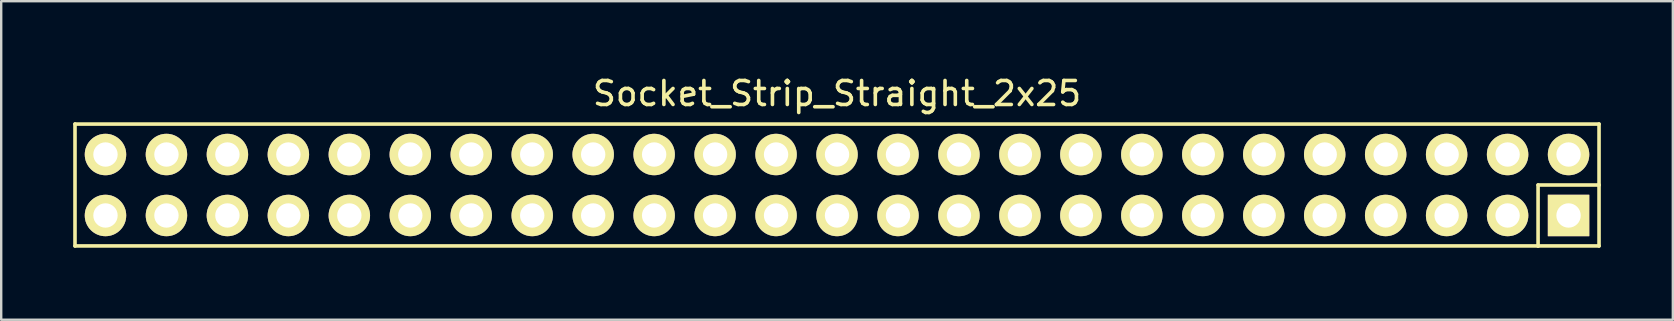
<source format=kicad_pcb>
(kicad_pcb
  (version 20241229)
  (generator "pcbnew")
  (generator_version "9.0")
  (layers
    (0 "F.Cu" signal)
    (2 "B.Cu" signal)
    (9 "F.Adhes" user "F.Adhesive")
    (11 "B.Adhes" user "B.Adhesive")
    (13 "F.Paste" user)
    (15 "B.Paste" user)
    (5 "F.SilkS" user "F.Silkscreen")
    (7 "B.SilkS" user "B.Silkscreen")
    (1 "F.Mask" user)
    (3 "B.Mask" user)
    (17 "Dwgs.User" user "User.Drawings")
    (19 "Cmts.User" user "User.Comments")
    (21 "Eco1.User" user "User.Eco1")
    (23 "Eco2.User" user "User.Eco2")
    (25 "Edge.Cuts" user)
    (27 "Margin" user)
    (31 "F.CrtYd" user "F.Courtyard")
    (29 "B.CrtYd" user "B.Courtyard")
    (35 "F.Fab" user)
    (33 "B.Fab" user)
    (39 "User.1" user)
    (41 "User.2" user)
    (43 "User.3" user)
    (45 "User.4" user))
  (footprint "Socket_Strip_Straight_2x25"
    (layer "F.Cu")
    (at 31.825 4.658)
    (property "Reference" "Socket_Strip_Straight_2x25" (at 0 -3.81 0) (layer "F.SilkS") (effects (font (size 1 1) (thickness 0.15))))
    (attr through_hole)
    (fp_line (start -31.75 -2.54) (end -31.75 2.54) (stroke (width 0.15) (type solid)) (layer "F.SilkS"))
    (fp_line (start -31.75 -2.54) (end 31.75 -2.54) (stroke (width 0.15) (type solid)) (layer "F.SilkS"))
    (fp_line (start 29.21 0) (end 29.21 2.54) (stroke (width 0.15) (type solid)) (layer "F.SilkS"))
    (fp_line (start 29.21 2.54) (end -31.75 2.54) (stroke (width 0.15) (type solid)) (layer "F.SilkS"))
    (fp_line (start 31.75 -2.54) (end 31.75 0) (stroke (width 0.15) (type solid)) (layer "F.SilkS"))
    (fp_line (start 31.75 0) (end 29.21 0) (stroke (width 0.15) (type solid)) (layer "F.SilkS"))
    (fp_line (start 31.75 2.54) (end 29.21 2.54) (stroke (width 0.15) (type solid)) (layer "F.SilkS"))
    (fp_line (start 31.75 2.54) (end 31.75 0) (stroke (width 0.15) (type solid)) (layer "F.SilkS"))
    (pad "1" thru_hole rect (at 30.48 1.27 180) (size 1.727 1.727) (drill 1.016) (layers "*.Cu" "*.Mask" "F.SilkS"))
    (pad "2" thru_hole oval (at 30.48 -1.27 180) (size 1.727 1.727) (drill 1.016) (layers "*.Cu" "*.Mask" "F.SilkS"))
    (pad "3" thru_hole oval (at 27.94 1.27 180) (size 1.727 1.727) (drill 1.016) (layers "*.Cu" "*.Mask" "F.SilkS"))
    (pad "4" thru_hole oval (at 27.94 -1.27 180) (size 1.727 1.727) (drill 1.016) (layers "*.Cu" "*.Mask" "F.SilkS"))
    (pad "5" thru_hole oval (at 25.4 1.27 180) (size 1.727 1.727) (drill 1.016) (layers "*.Cu" "*.Mask" "F.SilkS"))
    (pad "6" thru_hole oval (at 25.4 -1.27 180) (size 1.727 1.727) (drill 1.016) (layers "*.Cu" "*.Mask" "F.SilkS"))
    (pad "7" thru_hole oval (at 22.86 1.27 180) (size 1.727 1.727) (drill 1.016) (layers "*.Cu" "*.Mask" "F.SilkS"))
    (pad "8" thru_hole oval (at 22.86 -1.27 180) (size 1.727 1.727) (drill 1.016) (layers "*.Cu" "*.Mask" "F.SilkS"))
    (pad "9" thru_hole oval (at 20.32 1.27 180) (size 1.727 1.727) (drill 1.016) (layers "*.Cu" "*.Mask" "F.SilkS"))
    (pad "10" thru_hole oval (at 20.32 -1.27 180) (size 1.727 1.727) (drill 1.016) (layers "*.Cu" "*.Mask" "F.SilkS"))
    (pad "11" thru_hole oval (at 17.78 1.27 180) (size 1.727 1.727) (drill 1.016) (layers "*.Cu" "*.Mask" "F.SilkS"))
    (pad "12" thru_hole oval (at 17.78 -1.27 180) (size 1.727 1.727) (drill 1.016) (layers "*.Cu" "*.Mask" "F.SilkS"))
    (pad "13" thru_hole oval (at 15.24 1.27 180) (size 1.727 1.727) (drill 1.016) (layers "*.Cu" "*.Mask" "F.SilkS"))
    (pad "14" thru_hole oval (at 15.24 -1.27 180) (size 1.727 1.727) (drill 1.016) (layers "*.Cu" "*.Mask" "F.SilkS"))
    (pad "15" thru_hole oval (at 12.7 1.27 180) (size 1.727 1.727) (drill 1.016) (layers "*.Cu" "*.Mask" "F.SilkS"))
    (pad "16" thru_hole oval (at 12.7 -1.27 180) (size 1.727 1.727) (drill 1.016) (layers "*.Cu" "*.Mask" "F.SilkS"))
    (pad "17" thru_hole oval (at 10.16 1.27 180) (size 1.727 1.727) (drill 1.016) (layers "*.Cu" "*.Mask" "F.SilkS"))
    (pad "18" thru_hole oval (at 10.16 -1.27 180) (size 1.727 1.727) (drill 1.016) (layers "*.Cu" "*.Mask" "F.SilkS"))
    (pad "19" thru_hole oval (at 7.62 1.27 180) (size 1.727 1.727) (drill 1.016) (layers "*.Cu" "*.Mask" "F.SilkS"))
    (pad "20" thru_hole oval (at 7.62 -1.27 180) (size 1.727 1.727) (drill 1.016) (layers "*.Cu" "*.Mask" "F.SilkS"))
    (pad "21" thru_hole oval (at 5.08 1.27 180) (size 1.727 1.727) (drill 1.016) (layers "*.Cu" "*.Mask" "F.SilkS"))
    (pad "22" thru_hole oval (at 5.08 -1.27 180) (size 1.727 1.727) (drill 1.016) (layers "*.Cu" "*.Mask" "F.SilkS"))
    (pad "23" thru_hole oval (at 2.54 1.27 180) (size 1.727 1.727) (drill 1.016) (layers "*.Cu" "*.Mask" "F.SilkS"))
    (pad "24" thru_hole oval (at 2.54 -1.27 180) (size 1.727 1.727) (drill 1.016) (layers "*.Cu" "*.Mask" "F.SilkS"))
    (pad "25" thru_hole oval (at 0 1.27 180) (size 1.727 1.727) (drill 1.016) (layers "*.Cu" "*.Mask" "F.SilkS"))
    (pad "26" thru_hole oval (at 0 -1.27 180) (size 1.727 1.727) (drill 1.016) (layers "*.Cu" "*.Mask" "F.SilkS"))
    (pad "27" thru_hole oval (at -2.54 1.27 180) (size 1.727 1.727) (drill 1.016) (layers "*.Cu" "*.Mask" "F.SilkS"))
    (pad "28" thru_hole oval (at -2.54 -1.27 180) (size 1.727 1.727) (drill 1.016) (layers "*.Cu" "*.Mask" "F.SilkS"))
    (pad "29" thru_hole oval (at -5.08 1.27 180) (size 1.727 1.727) (drill 1.016) (layers "*.Cu" "*.Mask" "F.SilkS"))
    (pad "30" thru_hole oval (at -5.08 -1.27 180) (size 1.727 1.727) (drill 1.016) (layers "*.Cu" "*.Mask" "F.SilkS"))
    (pad "31" thru_hole oval (at -7.62 1.27 180) (size 1.727 1.727) (drill 1.016) (layers "*.Cu" "*.Mask" "F.SilkS"))
    (pad "32" thru_hole oval (at -7.62 -1.27 180) (size 1.727 1.727) (drill 1.016) (layers "*.Cu" "*.Mask" "F.SilkS"))
    (pad "33" thru_hole oval (at -10.16 1.27 180) (size 1.727 1.727) (drill 1.016) (layers "*.Cu" "*.Mask" "F.SilkS"))
    (pad "34" thru_hole oval (at -10.16 -1.27 180) (size 1.727 1.727) (drill 1.016) (layers "*.Cu" "*.Mask" "F.SilkS"))
    (pad "35" thru_hole oval (at -12.7 1.27 180) (size 1.727 1.727) (drill 1.016) (layers "*.Cu" "*.Mask" "F.SilkS"))
    (pad "36" thru_hole oval (at -12.7 -1.27 180) (size 1.727 1.727) (drill 1.016) (layers "*.Cu" "*.Mask" "F.SilkS"))
    (pad "37" thru_hole oval (at -15.24 1.27 180) (size 1.727 1.727) (drill 1.016) (layers "*.Cu" "*.Mask" "F.SilkS"))
    (pad "38" thru_hole oval (at -15.24 -1.27 180) (size 1.727 1.727) (drill 1.016) (layers "*.Cu" "*.Mask" "F.SilkS"))
    (pad "39" thru_hole oval (at -17.78 1.27 180) (size 1.727 1.727) (drill 1.016) (layers "*.Cu" "*.Mask" "F.SilkS"))
    (pad "40" thru_hole oval (at -17.78 -1.27 180) (size 1.727 1.727) (drill 1.016) (layers "*.Cu" "*.Mask" "F.SilkS"))
    (pad "41" thru_hole oval (at -20.32 1.27 180) (size 1.727 1.727) (drill 1.016) (layers "*.Cu" "*.Mask" "F.SilkS"))
    (pad "42" thru_hole oval (at -20.32 -1.27 180) (size 1.727 1.727) (drill 1.016) (layers "*.Cu" "*.Mask" "F.SilkS"))
    (pad "43" thru_hole oval (at -22.86 1.27 180) (size 1.727 1.727) (drill 1.016) (layers "*.Cu" "*.Mask" "F.SilkS"))
    (pad "44" thru_hole oval (at -22.86 -1.27 180) (size 1.727 1.727) (drill 1.016) (layers "*.Cu" "*.Mask" "F.SilkS"))
    (pad "45" thru_hole oval (at -25.4 1.27 180) (size 1.727 1.727) (drill 1.016) (layers "*.Cu" "*.Mask" "F.SilkS"))
    (pad "46" thru_hole oval (at -25.4 -1.27 180) (size 1.727 1.727) (drill 1.016) (layers "*.Cu" "*.Mask" "F.SilkS"))
    (pad "47" thru_hole oval (at -27.94 1.27 180) (size 1.727 1.727) (drill 1.016) (layers "*.Cu" "*.Mask" "F.SilkS"))
    (pad "48" thru_hole oval (at -27.94 -1.27 180) (size 1.727 1.727) (drill 1.016) (layers "*.Cu" "*.Mask" "F.SilkS"))
    (pad "49" thru_hole oval (at -30.48 1.27 180) (size 1.727 1.727) (drill 1.016) (layers "*.Cu" "*.Mask" "F.SilkS"))
    (pad "50" thru_hole oval (at -30.48 -1.27 180) (size 1.727 1.727) (drill 1.016) (layers "*.Cu" "*.Mask" "F.SilkS")))
  (gr_rect
    (start -3 -3)
    (end 66.65 10.273)
    (stroke (width 0.1) (type default))
    (fill no)
    (layer "Edge.Cuts")))
</source>
